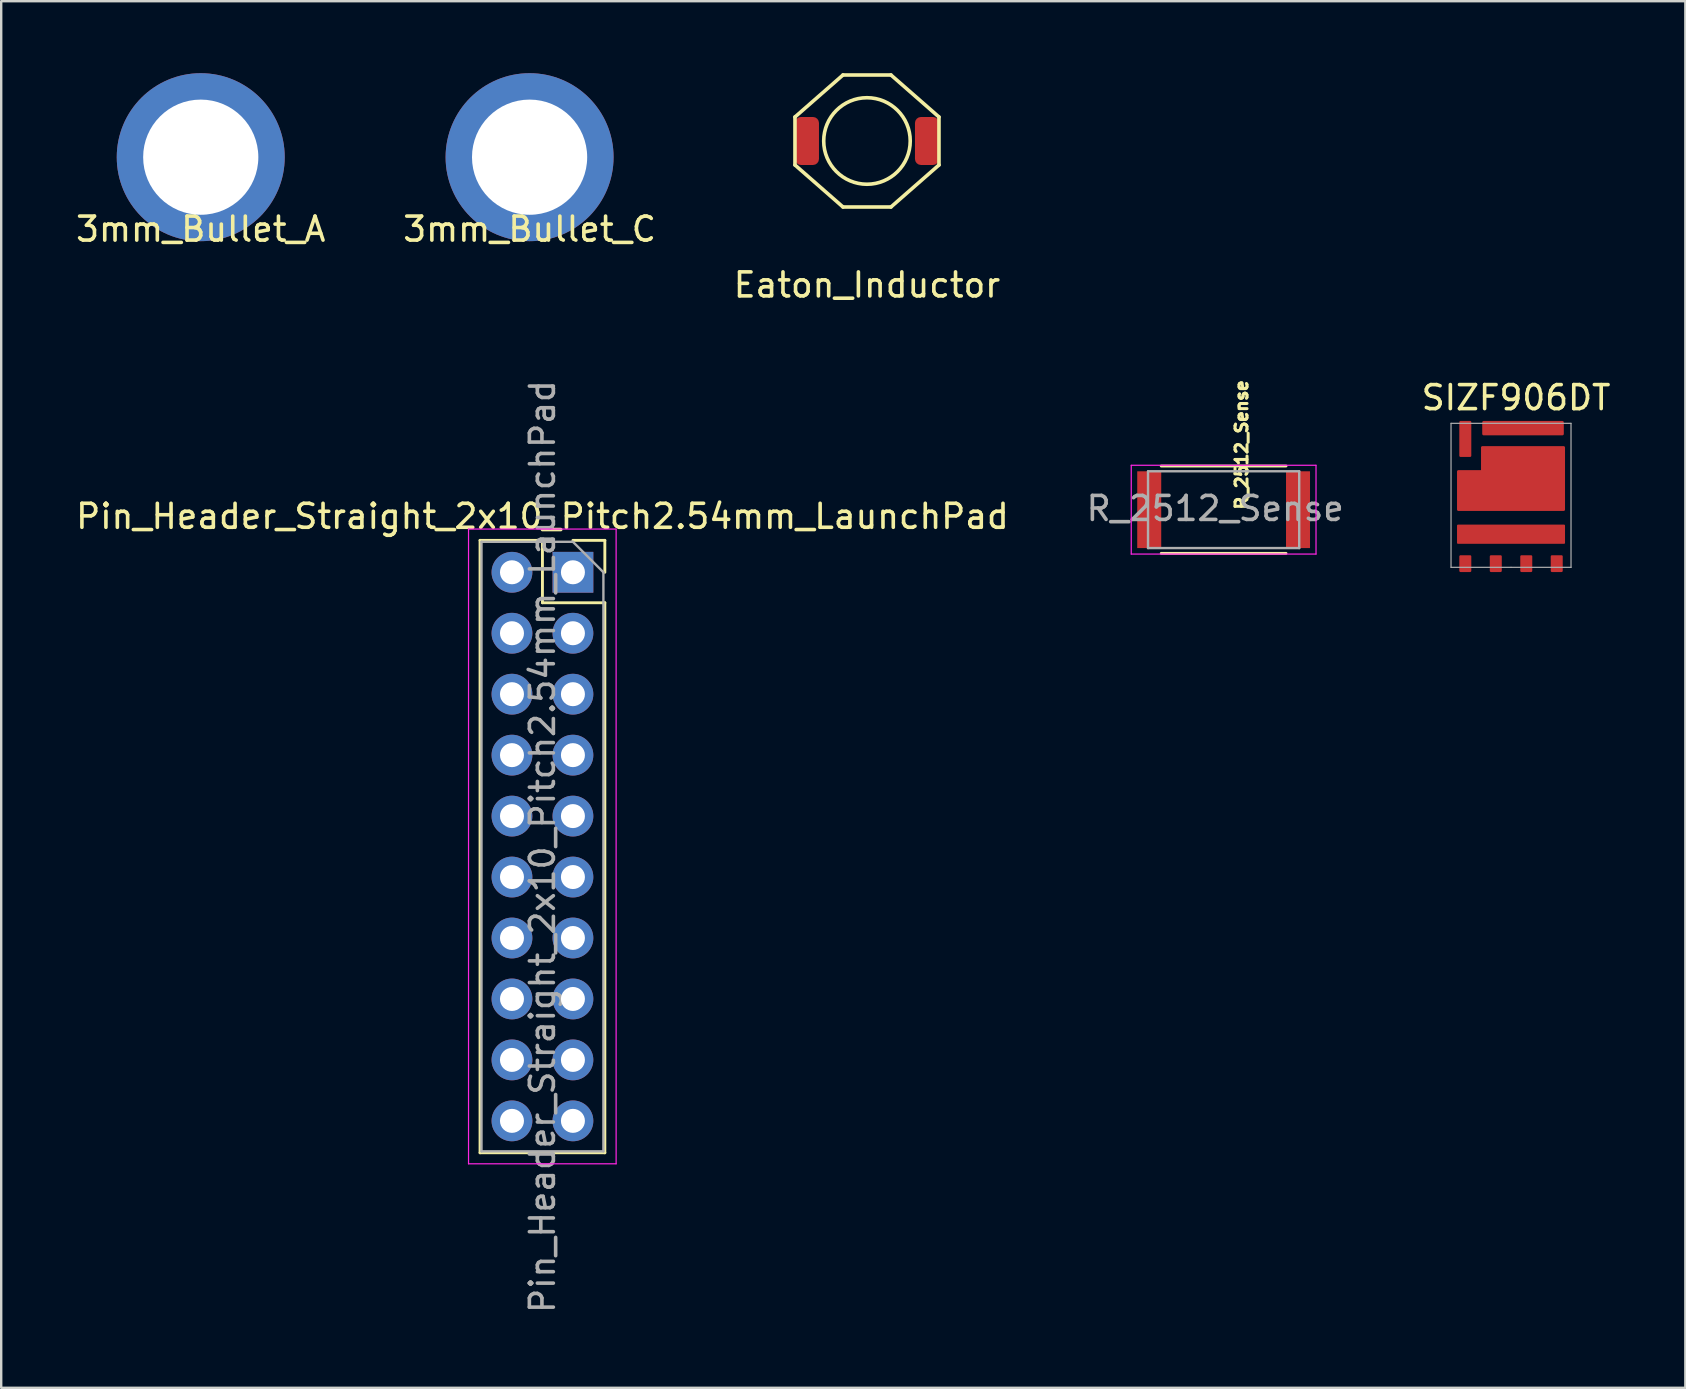
<source format=kicad_pcb>
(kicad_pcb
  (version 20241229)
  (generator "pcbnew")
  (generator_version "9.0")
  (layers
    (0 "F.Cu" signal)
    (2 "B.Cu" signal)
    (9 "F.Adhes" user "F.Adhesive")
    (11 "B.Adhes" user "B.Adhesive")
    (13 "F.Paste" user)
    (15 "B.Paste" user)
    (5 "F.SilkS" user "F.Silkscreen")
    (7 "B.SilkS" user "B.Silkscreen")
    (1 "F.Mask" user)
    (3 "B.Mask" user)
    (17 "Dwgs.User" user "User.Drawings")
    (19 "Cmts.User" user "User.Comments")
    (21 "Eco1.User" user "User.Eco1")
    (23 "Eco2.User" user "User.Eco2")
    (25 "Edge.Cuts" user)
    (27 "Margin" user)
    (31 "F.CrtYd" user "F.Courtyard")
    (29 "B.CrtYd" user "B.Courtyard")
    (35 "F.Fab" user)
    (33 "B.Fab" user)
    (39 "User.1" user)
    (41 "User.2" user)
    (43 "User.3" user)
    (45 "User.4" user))
  (footprint "SIZF906DT"
    (layer "F.Cu")
    (at 59.915 20.591)
    (property "Reference" "SIZF906DT" (at 0.21 -7.07 0) (layer "F.SilkS") (effects (font (size 1 1) (thickness 0.15))))
    (attr through_hole)
    (fp_line (start -2.5 -6) (end -2.5 0) (stroke (width 0.05) (type solid)) (layer "F.Fab"))
    (fp_line (start -2.5 0) (end 0 0) (stroke (width 0.05) (type solid)) (layer "F.Fab"))
    (fp_line (start 0 0) (end 2.5 0) (stroke (width 0.05) (type solid)) (layer "F.Fab"))
    (fp_line (start 2.5 -6) (end -2.5 -6) (stroke (width 0.05) (type solid)) (layer "F.Fab"))
    (fp_line (start 2.5 0) (end 2.5 -6) (stroke (width 0.05) (type solid)) (layer "F.Fab"))
    (pad "1" smd roundrect (at -1.905 -0.154) (size 0.5 0.7) (layers "F.Cu" "F.Mask" "F.Paste") (roundrect_rratio 0.1))
    (pad "2" smd roundrect (at -0.635 -0.154) (size 0.5 0.7) (layers "F.Cu" "F.Mask" "F.Paste") (roundrect_rratio 0.1))
    (pad "3" smd roundrect (at -1.905 -5.35) (size 0.5 1.5) (layers "F.Cu" "F.Mask" "F.Paste") (roundrect_rratio 0.1))
    (pad "4" smd roundrect (at 0 -1.38) (size 4.5 0.8) (layers "F.Cu" "F.Mask" "F.Paste") (roundrect_rratio 0.05))
    (pad "4" smd roundrect (at 0.635 -0.154) (size 0.5 0.7) (layers "F.Cu" "F.Mask" "F.Paste") (roundrect_rratio 0.1))
    (pad "4" smd roundrect (at 1.905 -0.154) (size 0.5 0.7) (layers "F.Cu" "F.Mask" "F.Paste") (roundrect_rratio 0.1))
    (pad "5" smd roundrect (at 0.5 -5.8) (size 3.4 0.6) (layers "F.Cu" "F.Mask" "F.Paste") (roundrect_rratio 0.1))
    (pad "6" smd custom (at 0 -2.65) (size 0.5 0.5) (layers "F.Cu" "F.Mask" "F.Paste") (options (anchor rect)) (primitives (gr_poly (pts (xy 0 0.25) (xy -2.2 0.25) (xy -2.2 -1.35) (xy -1.2 -1.35) (xy -1.2 -2.35) (xy 2.2 -2.35) (xy 2.2 0.25)) (width 0.1) (fill yes)))))
  (footprint "R_2512_Sense"
    (layer "F.Cu")
    (at 47.939 18.189)
    (property "Reference" "R_2512_Sense" (at 0.75 -2.7 90) (layer "F.SilkS") (effects (font (size 0.5 0.5) (thickness 0.125))))
    (attr smd)
    (fp_line (start -2.6 -1.82) (end 2.6 -1.82) (stroke (width 0.12) (type solid)) (layer "F.SilkS"))
    (fp_line (start 2.6 1.82) (end -2.6 1.82) (stroke (width 0.12) (type solid)) (layer "F.SilkS"))
    (fp_line (start -3.85 -1.85) (end -3.85 1.85) (stroke (width 0.05) (type solid)) (layer "F.CrtYd"))
    (fp_line (start -3.85 -1.85) (end 3.85 -1.85) (stroke (width 0.05) (type solid)) (layer "F.CrtYd"))
    (fp_line (start 3.85 1.85) (end -3.85 1.85) (stroke (width 0.05) (type solid)) (layer "F.CrtYd"))
    (fp_line (start 3.85 1.85) (end 3.85 -1.85) (stroke (width 0.05) (type solid)) (layer "F.CrtYd"))
    (fp_line (start -3.15 -1.6) (end 3.15 -1.6) (stroke (width 0.1) (type solid)) (layer "F.Fab"))
    (fp_line (start -3.15 1.6) (end -3.15 -1.6) (stroke (width 0.1) (type solid)) (layer "F.Fab"))
    (fp_line (start 3.15 -1.6) (end 3.15 1.6) (stroke (width 0.1) (type solid)) (layer "F.Fab"))
    (fp_line (start 3.15 1.6) (end -3.15 1.6) (stroke (width 0.1) (type solid)) (layer "F.Fab"))
    (fp_text user "${REFERENCE}" (at -0.35 -0.05 180) (layer "F.Fab") (effects (font (size 1 1) (thickness 0.15))))
    (pad "1" smd rect (at -3.1 0) (size 1 3.2) (layers "F.Cu" "F.Mask" "F.Paste"))
    (pad "2" smd rect (at 3.1 0) (size 1 3.2) (layers "F.Cu" "F.Mask" "F.Paste")))
  (footprint "Eaton_Inductor"
    (layer "F.Cu")
    (at 33.077 2.825)
    (property "Reference" "Eaton_Inductor" (at 0 6 0) (layer "F.SilkS") (effects (font (size 1 1) (thickness 0.15))))
    (attr through_hole)
    (fp_line (start -3 -1) (end -1 -2.75) (stroke (width 0.15) (type solid)) (layer "F.SilkS"))
    (fp_line (start -3 1) (end -3 -1) (stroke (width 0.15) (type solid)) (layer "F.SilkS"))
    (fp_line (start -1 -2.75) (end 1 -2.75) (stroke (width 0.15) (type solid)) (layer "F.SilkS"))
    (fp_line (start -1 2.75) (end -3 1) (stroke (width 0.15) (type solid)) (layer "F.SilkS"))
    (fp_line (start 1 -2.75) (end 3 -1) (stroke (width 0.15) (type solid)) (layer "F.SilkS"))
    (fp_line (start 1 2.75) (end -1 2.75) (stroke (width 0.15) (type solid)) (layer "F.SilkS"))
    (fp_line (start 3 1) (end 1 2.75) (stroke (width 0.15) (type solid)) (layer "F.SilkS"))
    (fp_line (start 3 1) (end 3 -1) (stroke (width 0.15) (type solid)) (layer "F.SilkS"))
    (fp_circle (center 0 0) (end 1 -1.5) (stroke (width 0.15) (type solid)) (fill no) (layer "F.SilkS"))
    (pad "1" smd roundrect (at -2.5 0) (size 1 2) (layers "F.Cu" "F.Mask" "F.Paste") (roundrect_rratio 0.25))
    (pad "2" smd roundrect (at 2.5 0) (size 1 2) (layers "F.Cu" "F.Mask" "F.Paste") (roundrect_rratio 0.25)))
  (footprint "3mm_Bullet_A"
    (layer "F.Cu")
    (at 5.315 3.5)
    (property "Reference" "3mm_Bullet_A" (at 0 3 0) (layer "F.SilkS") (effects (font (size 1 1) (thickness 0.15))))
    (attr through_hole)
    (pad "1" thru_hole circle (at 0 0) (size 7 7) (drill 4.8) (layers "*.Cu" "*.Mask")))
  (footprint "Pin_Header_Straight_2x10_Pitch2.54mm_LaunchPad"
    (layer "F.Cu")
    (at 19.574 20.797)
    (property "Reference" "Pin_Header_Straight_2x10_Pitch2.54mm_LaunchPad" (at -0.02 -2.33 0) (layer "F.SilkS") (effects (font (size 1 1) (thickness 0.15))))
    (attr through_hole)
    (fp_line (start -2.62 -1.33) (end -2.62 24.19) (stroke (width 0.12) (type solid)) (layer "F.SilkS"))
    (fp_line (start -0.02 -1.33) (end -2.62 -1.33) (stroke (width 0.12) (type solid)) (layer "F.SilkS"))
    (fp_line (start -0.02 1.27) (end -0.02 -1.33) (stroke (width 0.12) (type solid)) (layer "F.SilkS"))
    (fp_line (start 2.58 -1.33) (end 1.25 -1.33) (stroke (width 0.12) (type solid)) (layer "F.SilkS"))
    (fp_line (start 2.58 0) (end 2.58 -1.33) (stroke (width 0.12) (type solid)) (layer "F.SilkS"))
    (fp_line (start 2.58 1.27) (end -0.02 1.27) (stroke (width 0.12) (type solid)) (layer "F.SilkS"))
    (fp_line (start 2.58 1.27) (end 2.58 24.19) (stroke (width 0.12) (type solid)) (layer "F.SilkS"))
    (fp_line (start 2.58 24.19) (end -2.62 24.19) (stroke (width 0.12) (type solid)) (layer "F.SilkS"))
    (fp_line (start -3.1 -1.8) (end 3.05 -1.8) (stroke (width 0.05) (type solid)) (layer "F.CrtYd"))
    (fp_line (start -3.1 24.65) (end -3.1 -1.8) (stroke (width 0.05) (type solid)) (layer "F.CrtYd"))
    (fp_line (start 3.05 -1.8) (end 3.05 24.65) (stroke (width 0.05) (type solid)) (layer "F.CrtYd"))
    (fp_line (start 3.05 24.65) (end -3.1 24.65) (stroke (width 0.05) (type solid)) (layer "F.CrtYd"))
    (fp_line (start -2.56 -1.27) (end -2.56 24.13) (stroke (width 0.1) (type solid)) (layer "F.Fab"))
    (fp_line (start -2.56 24.13) (end 2.52 24.13) (stroke (width 0.1) (type solid)) (layer "F.Fab"))
    (fp_line (start 1.25 -1.27) (end -2.56 -1.27) (stroke (width 0.1) (type solid)) (layer "F.Fab"))
    (fp_line (start 2.52 0) (end 1.25 -1.27) (stroke (width 0.1) (type solid)) (layer "F.Fab"))
    (fp_line (start 2.52 24.13) (end 2.52 0) (stroke (width 0.1) (type solid)) (layer "F.Fab"))
    (fp_text user "${REFERENCE}" (at -0.02 11.43 90) (layer "F.Fab") (effects (font (size 1 1) (thickness 0.15))))
    (pad "1" thru_hole rect (at 1.25 0) (size 1.7 1.7) (drill 1) (layers "*.Cu" "*.Mask"))
    (pad "2" thru_hole oval (at -1.29 0) (size 1.7 1.7) (drill 1) (layers "*.Cu" "*.Mask"))
    (pad "3" thru_hole oval (at 1.25 2.54) (size 1.7 1.7) (drill 1) (layers "*.Cu" "*.Mask"))
    (pad "4" thru_hole oval (at -1.29 2.54) (size 1.7 1.7) (drill 1) (layers "*.Cu" "*.Mask"))
    (pad "5" thru_hole oval (at 1.25 5.08) (size 1.7 1.7) (drill 1) (layers "*.Cu" "*.Mask"))
    (pad "6" thru_hole oval (at -1.29 5.08) (size 1.7 1.7) (drill 1) (layers "*.Cu" "*.Mask"))
    (pad "7" thru_hole oval (at 1.25 7.62) (size 1.7 1.7) (drill 1) (layers "*.Cu" "*.Mask"))
    (pad "8" thru_hole oval (at -1.29 7.62) (size 1.7 1.7) (drill 1) (layers "*.Cu" "*.Mask"))
    (pad "9" thru_hole oval (at 1.25 10.16) (size 1.7 1.7) (drill 1) (layers "*.Cu" "*.Mask"))
    (pad "10" thru_hole oval (at -1.29 10.16) (size 1.7 1.7) (drill 1) (layers "*.Cu" "*.Mask"))
    (pad "11" thru_hole oval (at 1.25 12.7) (size 1.7 1.7) (drill 1) (layers "*.Cu" "*.Mask"))
    (pad "12" thru_hole oval (at -1.29 12.7) (size 1.7 1.7) (drill 1) (layers "*.Cu" "*.Mask"))
    (pad "13" thru_hole oval (at 1.25 15.24) (size 1.7 1.7) (drill 1) (layers "*.Cu" "*.Mask"))
    (pad "14" thru_hole oval (at -1.29 15.24) (size 1.7 1.7) (drill 1) (layers "*.Cu" "*.Mask"))
    (pad "15" thru_hole oval (at 1.25 17.78) (size 1.7 1.7) (drill 1) (layers "*.Cu" "*.Mask"))
    (pad "16" thru_hole oval (at -1.29 17.78) (size 1.7 1.7) (drill 1) (layers "*.Cu" "*.Mask"))
    (pad "17" thru_hole oval (at 1.25 20.32) (size 1.7 1.7) (drill 1) (layers "*.Cu" "*.Mask"))
    (pad "18" thru_hole oval (at -1.29 20.32) (size 1.7 1.7) (drill 1) (layers "*.Cu" "*.Mask"))
    (pad "19" thru_hole oval (at 1.25 22.86) (size 1.7 1.7) (drill 1) (layers "*.Cu" "*.Mask"))
    (pad "20" thru_hole oval (at -1.29 22.86) (size 1.7 1.7) (drill 1) (layers "*.Cu" "*.Mask")))
  (footprint "3mm_Bullet_C"
    (layer "F.Cu")
    (at 19.018 3.5)
    (property "Reference" "3mm_Bullet_C" (at 0 3 0) (layer "F.SilkS") (effects (font (size 1 1) (thickness 0.15))))
    (attr through_hole)
    (pad "1" thru_hole circle (at 0 0) (size 7 7) (drill 4.8) (layers "*.Cu" "*.Mask")))
  (gr_rect
    (start -3 -3)
    (end 67.179 54.78)
    (stroke (width 0.1) (type default))
    (fill no)
    (layer "Edge.Cuts")))
</source>
